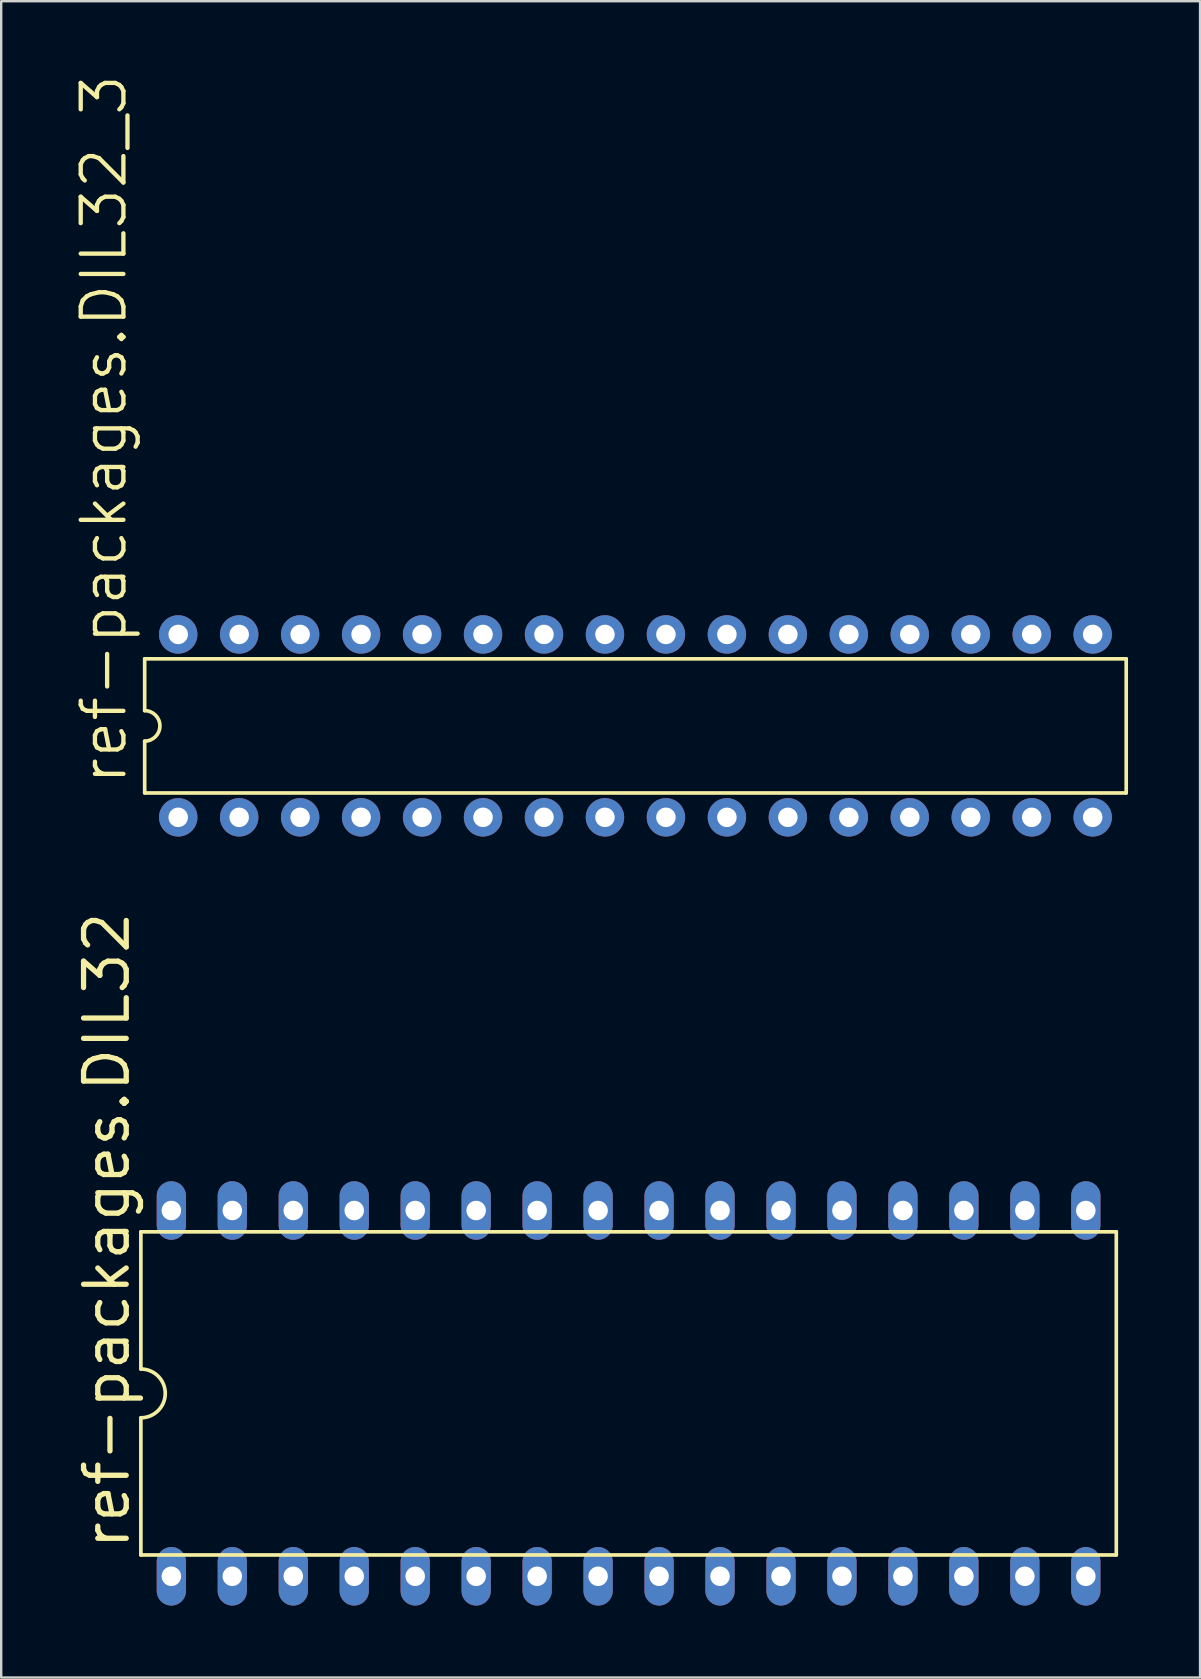
<source format=kicad_pcb>
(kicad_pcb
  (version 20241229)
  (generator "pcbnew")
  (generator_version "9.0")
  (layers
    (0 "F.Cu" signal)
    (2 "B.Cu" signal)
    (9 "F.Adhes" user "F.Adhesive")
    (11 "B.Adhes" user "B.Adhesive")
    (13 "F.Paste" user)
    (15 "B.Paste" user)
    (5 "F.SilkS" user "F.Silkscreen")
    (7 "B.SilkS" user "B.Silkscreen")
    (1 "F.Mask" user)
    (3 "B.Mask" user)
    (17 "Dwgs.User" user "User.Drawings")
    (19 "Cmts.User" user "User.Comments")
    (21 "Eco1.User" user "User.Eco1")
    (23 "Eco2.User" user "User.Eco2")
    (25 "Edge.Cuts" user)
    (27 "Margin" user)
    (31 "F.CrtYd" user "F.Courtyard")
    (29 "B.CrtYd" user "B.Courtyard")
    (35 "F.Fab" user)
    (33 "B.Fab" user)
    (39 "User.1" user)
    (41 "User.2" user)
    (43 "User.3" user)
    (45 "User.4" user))
  (footprint "ref-packages.DIL32_3"
    (layer "F.Cu")
    (at 23.425 27.193)
    (property "Reference" "ref-packages.DIL32_3" (at -21.107 2.54 90) (layer "F.SilkS") (effects (font (size 1.778 1.778) (thickness 0.18)) (justify left bottom)))
    (attr through_hole)
    (fp_line (start -20.447 -2.794) (end -20.447 -0.635) (stroke (width 0.152) (type default)) (layer "F.SilkS"))
    (fp_line (start -20.447 -2.794) (end 20.447 -2.794) (stroke (width 0.152) (type default)) (layer "F.SilkS"))
    (fp_line (start -20.447 0.635) (end -20.447 2.794) (stroke (width 0.152) (type default)) (layer "F.SilkS"))
    (fp_line (start -20.447 2.794) (end 20.447 2.794) (stroke (width 0.152) (type default)) (layer "F.SilkS"))
    (fp_line (start 20.447 -2.794) (end 20.447 2.794) (stroke (width 0.152) (type default)) (layer "F.SilkS"))
    (fp_arc (start -20.447 -0.635) (mid -19.812 0) (end -20.447 0.635) (stroke (width 0.1524) (type default)) (layer "F.SilkS"))
    (pad "1" thru_hole circle (at -19.05 3.81) (size 1.6 1.6) (drill 0.813) (layers "*.Cu" "*.Mask"))
    (pad "2" thru_hole circle (at -16.51 3.81) (size 1.6 1.6) (drill 0.813) (layers "*.Cu" "*.Mask"))
    (pad "3" thru_hole circle (at -13.97 3.81) (size 1.6 1.6) (drill 0.813) (layers "*.Cu" "*.Mask"))
    (pad "4" thru_hole circle (at -11.43 3.81) (size 1.6 1.6) (drill 0.813) (layers "*.Cu" "*.Mask"))
    (pad "5" thru_hole circle (at -8.89 3.81) (size 1.6 1.6) (drill 0.813) (layers "*.Cu" "*.Mask"))
    (pad "6" thru_hole circle (at -6.35 3.81) (size 1.6 1.6) (drill 0.813) (layers "*.Cu" "*.Mask"))
    (pad "7" thru_hole circle (at -3.81 3.81) (size 1.6 1.6) (drill 0.813) (layers "*.Cu" "*.Mask"))
    (pad "8" thru_hole circle (at -1.27 3.81) (size 1.6 1.6) (drill 0.813) (layers "*.Cu" "*.Mask"))
    (pad "9" thru_hole circle (at 1.27 3.81) (size 1.6 1.6) (drill 0.813) (layers "*.Cu" "*.Mask"))
    (pad "10" thru_hole circle (at 3.81 3.81) (size 1.6 1.6) (drill 0.813) (layers "*.Cu" "*.Mask"))
    (pad "11" thru_hole circle (at 6.35 3.81) (size 1.6 1.6) (drill 0.813) (layers "*.Cu" "*.Mask"))
    (pad "12" thru_hole circle (at 8.89 3.81) (size 1.6 1.6) (drill 0.813) (layers "*.Cu" "*.Mask"))
    (pad "13" thru_hole circle (at 11.43 3.81) (size 1.6 1.6) (drill 0.813) (layers "*.Cu" "*.Mask"))
    (pad "14" thru_hole circle (at 13.97 3.81) (size 1.6 1.6) (drill 0.813) (layers "*.Cu" "*.Mask"))
    (pad "15" thru_hole circle (at 16.51 3.81) (size 1.6 1.6) (drill 0.813) (layers "*.Cu" "*.Mask"))
    (pad "16" thru_hole circle (at 19.05 3.81) (size 1.6 1.6) (drill 0.813) (layers "*.Cu" "*.Mask"))
    (pad "17" thru_hole circle (at 19.05 -3.81) (size 1.6 1.6) (drill 0.813) (layers "*.Cu" "*.Mask"))
    (pad "18" thru_hole circle (at 16.51 -3.81) (size 1.6 1.6) (drill 0.813) (layers "*.Cu" "*.Mask"))
    (pad "19" thru_hole circle (at 13.97 -3.81) (size 1.6 1.6) (drill 0.813) (layers "*.Cu" "*.Mask"))
    (pad "20" thru_hole circle (at 11.43 -3.81) (size 1.6 1.6) (drill 0.813) (layers "*.Cu" "*.Mask"))
    (pad "21" thru_hole circle (at 8.89 -3.81) (size 1.6 1.6) (drill 0.813) (layers "*.Cu" "*.Mask"))
    (pad "22" thru_hole circle (at 6.35 -3.81) (size 1.6 1.6) (drill 0.813) (layers "*.Cu" "*.Mask"))
    (pad "23" thru_hole circle (at 3.81 -3.81) (size 1.6 1.6) (drill 0.813) (layers "*.Cu" "*.Mask"))
    (pad "24" thru_hole circle (at 1.27 -3.81) (size 1.6 1.6) (drill 0.813) (layers "*.Cu" "*.Mask"))
    (pad "25" thru_hole circle (at -1.27 -3.81) (size 1.6 1.6) (drill 0.813) (layers "*.Cu" "*.Mask"))
    (pad "26" thru_hole circle (at -3.81 -3.81) (size 1.6 1.6) (drill 0.813) (layers "*.Cu" "*.Mask"))
    (pad "27" thru_hole circle (at -6.35 -3.81) (size 1.6 1.6) (drill 0.813) (layers "*.Cu" "*.Mask"))
    (pad "28" thru_hole circle (at -8.89 -3.81) (size 1.6 1.6) (drill 0.813) (layers "*.Cu" "*.Mask"))
    (pad "29" thru_hole circle (at -11.43 -3.81) (size 1.6 1.6) (drill 0.813) (layers "*.Cu" "*.Mask"))
    (pad "30" thru_hole circle (at -13.97 -3.81) (size 1.6 1.6) (drill 0.813) (layers "*.Cu" "*.Mask"))
    (pad "31" thru_hole circle (at -16.51 -3.81) (size 1.6 1.6) (drill 0.813) (layers "*.Cu" "*.Mask"))
    (pad "32" thru_hole circle (at -19.05 -3.81) (size 1.6 1.6) (drill 0.813) (layers "*.Cu" "*.Mask")))
  (footprint "ref-packages.DIL32"
    (layer "F.Cu")
    (at 23.139 55.004)
    (property "Reference" "ref-packages.DIL32" (at -20.701 6.604 90) (layer "F.SilkS") (effects (font (size 1.778 1.778) (thickness 0.22)) (justify left bottom)))
    (attr through_hole)
    (fp_line (start -20.32 -6.731) (end -20.32 -1.016) (stroke (width 0.152) (type default)) (layer "F.SilkS"))
    (fp_line (start -20.32 6.731) (end -20.32 1.016) (stroke (width 0.152) (type default)) (layer "F.SilkS"))
    (fp_line (start -20.32 6.731) (end 20.32 6.731) (stroke (width 0.152) (type default)) (layer "F.SilkS"))
    (fp_line (start 20.32 -6.731) (end -20.32 -6.731) (stroke (width 0.152) (type default)) (layer "F.SilkS"))
    (fp_line (start 20.32 -6.731) (end 20.32 6.731) (stroke (width 0.152) (type default)) (layer "F.SilkS"))
    (fp_arc (start -20.32 -1.016) (mid -19.304 0) (end -20.32 1.016) (stroke (width 0.1524) (type default)) (layer "F.SilkS"))
    (pad "1" thru_hole oval (at -19.05 7.62 90) (size 2.438 1.219) (drill 0.813) (layers "*.Cu" "*.Mask"))
    (pad "2" thru_hole oval (at -16.51 7.62 90) (size 2.438 1.219) (drill 0.813) (layers "*.Cu" "*.Mask"))
    (pad "3" thru_hole oval (at -13.97 7.62 90) (size 2.438 1.219) (drill 0.813) (layers "*.Cu" "*.Mask"))
    (pad "4" thru_hole oval (at -11.43 7.62 90) (size 2.438 1.219) (drill 0.813) (layers "*.Cu" "*.Mask"))
    (pad "5" thru_hole oval (at -8.89 7.62 90) (size 2.438 1.219) (drill 0.813) (layers "*.Cu" "*.Mask"))
    (pad "6" thru_hole oval (at -6.35 7.62 90) (size 2.438 1.219) (drill 0.813) (layers "*.Cu" "*.Mask"))
    (pad "7" thru_hole oval (at -3.81 7.62 90) (size 2.438 1.219) (drill 0.813) (layers "*.Cu" "*.Mask"))
    (pad "8" thru_hole oval (at -1.27 7.62 90) (size 2.438 1.219) (drill 0.813) (layers "*.Cu" "*.Mask"))
    (pad "9" thru_hole oval (at 1.27 7.62 90) (size 2.438 1.219) (drill 0.813) (layers "*.Cu" "*.Mask"))
    (pad "10" thru_hole oval (at 3.81 7.62 90) (size 2.438 1.219) (drill 0.813) (layers "*.Cu" "*.Mask"))
    (pad "11" thru_hole oval (at 6.35 7.62 90) (size 2.438 1.219) (drill 0.813) (layers "*.Cu" "*.Mask"))
    (pad "12" thru_hole oval (at 8.89 7.62 90) (size 2.438 1.219) (drill 0.813) (layers "*.Cu" "*.Mask"))
    (pad "13" thru_hole oval (at 11.43 7.62 90) (size 2.438 1.219) (drill 0.813) (layers "*.Cu" "*.Mask"))
    (pad "14" thru_hole oval (at 13.97 7.62 90) (size 2.438 1.219) (drill 0.813) (layers "*.Cu" "*.Mask"))
    (pad "15" thru_hole oval (at 16.51 7.62 90) (size 2.438 1.219) (drill 0.813) (layers "*.Cu" "*.Mask"))
    (pad "16" thru_hole oval (at 19.05 7.62 90) (size 2.438 1.219) (drill 0.813) (layers "*.Cu" "*.Mask"))
    (pad "17" thru_hole oval (at 19.05 -7.62 90) (size 2.438 1.219) (drill 0.813) (layers "*.Cu" "*.Mask"))
    (pad "18" thru_hole oval (at 16.51 -7.62 90) (size 2.438 1.219) (drill 0.813) (layers "*.Cu" "*.Mask"))
    (pad "19" thru_hole oval (at 13.97 -7.62 90) (size 2.438 1.219) (drill 0.813) (layers "*.Cu" "*.Mask"))
    (pad "20" thru_hole oval (at 11.43 -7.62 90) (size 2.438 1.219) (drill 0.813) (layers "*.Cu" "*.Mask"))
    (pad "21" thru_hole oval (at 8.89 -7.62 90) (size 2.438 1.219) (drill 0.813) (layers "*.Cu" "*.Mask"))
    (pad "22" thru_hole oval (at 6.35 -7.62 90) (size 2.438 1.219) (drill 0.813) (layers "*.Cu" "*.Mask"))
    (pad "23" thru_hole oval (at 3.81 -7.62 90) (size 2.438 1.219) (drill 0.813) (layers "*.Cu" "*.Mask"))
    (pad "24" thru_hole oval (at 1.27 -7.62 90) (size 2.438 1.219) (drill 0.813) (layers "*.Cu" "*.Mask"))
    (pad "25" thru_hole oval (at -1.27 -7.62 90) (size 2.438 1.219) (drill 0.813) (layers "*.Cu" "*.Mask"))
    (pad "26" thru_hole oval (at -3.81 -7.62 90) (size 2.438 1.219) (drill 0.813) (layers "*.Cu" "*.Mask"))
    (pad "27" thru_hole oval (at -6.35 -7.62 90) (size 2.438 1.219) (drill 0.813) (layers "*.Cu" "*.Mask"))
    (pad "28" thru_hole oval (at -8.89 -7.62 90) (size 2.438 1.219) (drill 0.813) (layers "*.Cu" "*.Mask"))
    (pad "29" thru_hole oval (at -11.43 -7.62 90) (size 2.438 1.219) (drill 0.813) (layers "*.Cu" "*.Mask"))
    (pad "30" thru_hole oval (at -13.97 -7.62 90) (size 2.438 1.219) (drill 0.813) (layers "*.Cu" "*.Mask"))
    (pad "31" thru_hole oval (at -16.51 -7.62 90) (size 2.438 1.219) (drill 0.813) (layers "*.Cu" "*.Mask"))
    (pad "32" thru_hole oval (at -19.05 -7.62 90) (size 2.438 1.219) (drill 0.813) (layers "*.Cu" "*.Mask")))
  (gr_rect
    (start -3 -3)
    (end 46.949 66.843)
    (stroke (width 0.1) (type default))
    (fill no)
    (layer "Edge.Cuts")))
</source>
